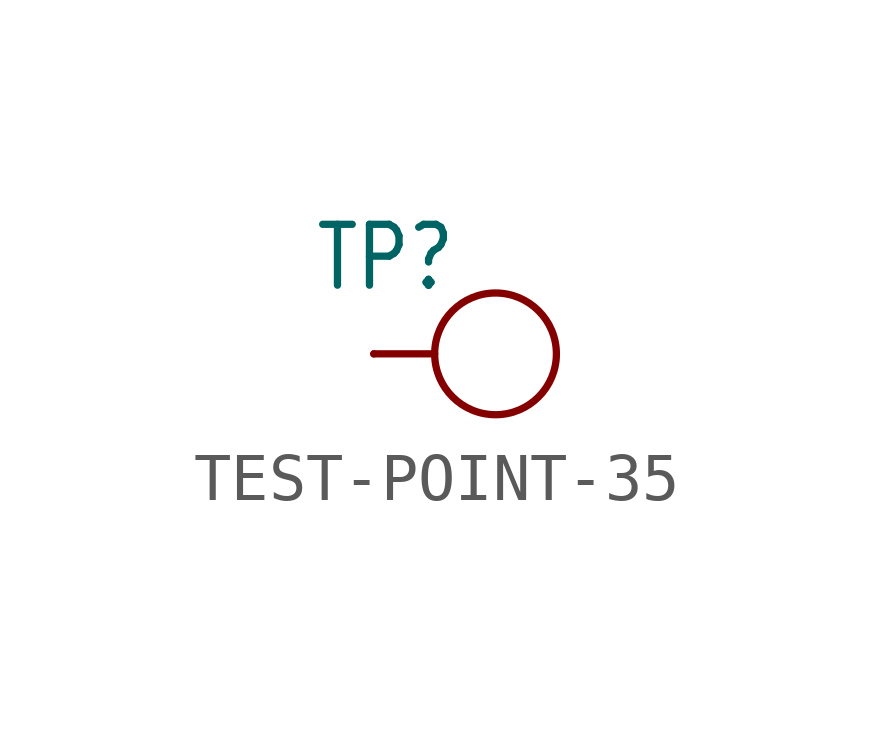
<source format=kicad_sym>
(kicad_symbol_lib
  (version 20211014)
  (generator kicad_symbol_editor)
  (symbol "TEST-POINT-35"
    (property "Reference" "TP"
      (at -3.81 1.27 0)
      (effects (font (size 1.27 1.079)) (justify left bottom)))
    (property "ki_locked" ""
      (at 0 0 0)
      (effects (font (size 1.27 1.27))))
    (symbol "TEST-POINT-35_1_0"
      (polyline (pts (xy -2.54 0) (xy -1.27 0)) (stroke (width 0.152) (type default) (color 0 0 0 0)) (fill (type none)))
      (circle (center 0 0) (radius 1.27) (stroke (width 0.152) (type default) (color 0 0 0 0)) (fill (type none)))
      (pin bidirectional line (at -2.54 0 0) (length 0) (name "T" (effects (font (size 0 0)))) (number "T" (effects (font (size 0 0))))))))
</source>
